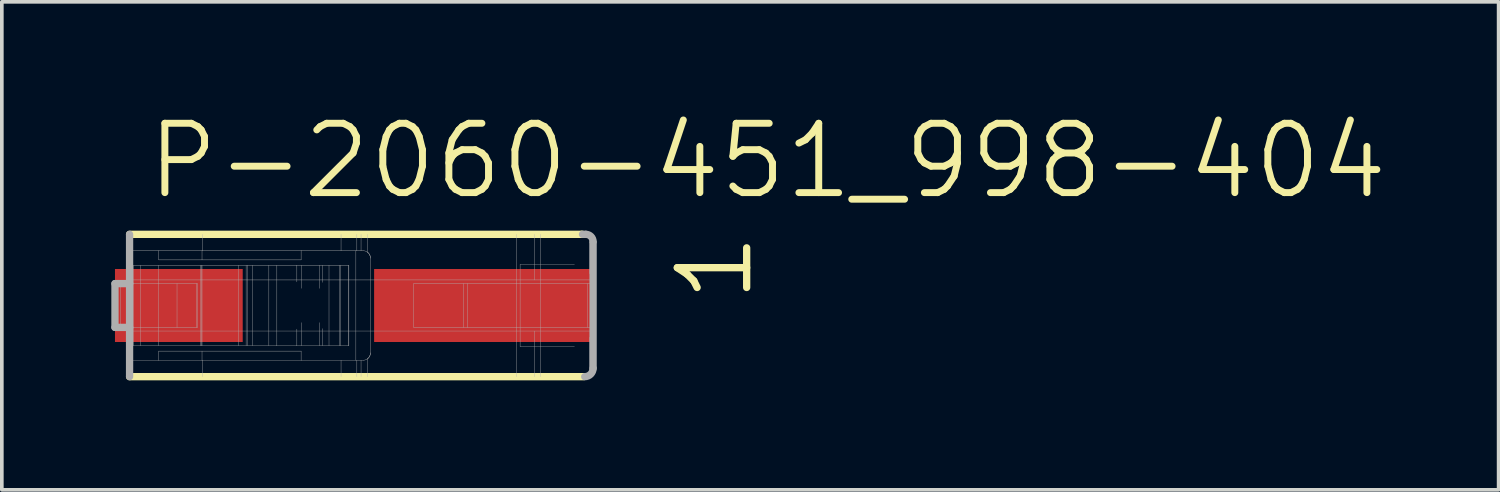
<source format=kicad_pcb>
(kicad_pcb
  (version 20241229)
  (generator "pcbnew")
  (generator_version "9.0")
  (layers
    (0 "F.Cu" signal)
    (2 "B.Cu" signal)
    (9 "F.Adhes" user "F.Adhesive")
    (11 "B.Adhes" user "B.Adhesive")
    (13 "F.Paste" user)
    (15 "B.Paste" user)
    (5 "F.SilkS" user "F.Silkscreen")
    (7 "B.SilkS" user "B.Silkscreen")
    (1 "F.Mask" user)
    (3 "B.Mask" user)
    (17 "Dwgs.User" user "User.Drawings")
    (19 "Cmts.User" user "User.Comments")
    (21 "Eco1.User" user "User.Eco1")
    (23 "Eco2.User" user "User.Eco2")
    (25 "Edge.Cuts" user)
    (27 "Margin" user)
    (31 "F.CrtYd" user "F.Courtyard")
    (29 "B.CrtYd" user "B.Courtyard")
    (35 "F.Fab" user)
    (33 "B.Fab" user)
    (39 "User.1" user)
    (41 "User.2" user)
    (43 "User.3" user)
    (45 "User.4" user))
  (footprint "P-2060-451_998-404"
    (layer "F.Cu")
    (at 6.075 5.32)
    (property "Reference" "P-2060-451_998-404" (at -5.185 -2.85 0) (layer "F.SilkS") (effects (font (size 1.9 1.9) (thickness 0.19)) (justify left bottom)))
    (attr through_hole)
    (fp_line (start -5.575 1.95) (end 6.864 1.95) (stroke (width 0.2) (type solid)) (layer "F.SilkS"))
    (fp_line (start 6.8 -1.95) (end -5.575 -1.95) (stroke (width 0.2) (type solid)) (layer "F.SilkS"))
    (fp_line (start 6.815 -1.95) (end 6.835 -1.95) (stroke (width 0.2) (type solid)) (layer "F.SilkS"))
    (fp_line (start -5.975 0.6) (end -5.975 -0.6) (stroke (width 0.2) (type solid)) (layer "F.Fab"))
    (fp_line (start -5.825 0.6) (end -5.825 -0.6) (stroke (width 0.01) (type solid)) (layer "F.Fab"))
    (fp_line (start -5.575 -1.95) (end -5.575 -0.6) (stroke (width 0.2) (type solid)) (layer "F.Fab"))
    (fp_line (start -5.575 -1.5) (end -4.775 -1.5) (stroke (width 0.01) (type solid)) (layer "F.Fab"))
    (fp_line (start -5.575 -0.7) (end 7.125 -0.7) (stroke (width 0.01) (type solid)) (layer "F.Fab"))
    (fp_line (start -5.575 -0.6) (end -5.975 -0.6) (stroke (width 0.2) (type solid)) (layer "F.Fab"))
    (fp_line (start -5.575 -0.6) (end -5.575 0.6) (stroke (width 0.2) (type solid)) (layer "F.Fab"))
    (fp_line (start -5.575 -0.6) (end -3.714 -0.6) (stroke (width 0.01) (type solid)) (layer "F.Fab"))
    (fp_line (start -5.575 0.6) (end -5.975 0.6) (stroke (width 0.2) (type solid)) (layer "F.Fab"))
    (fp_line (start -5.575 0.6) (end -5.575 1.95) (stroke (width 0.2) (type solid)) (layer "F.Fab"))
    (fp_line (start -5.575 0.6) (end -3.714 0.6) (stroke (width 0.01) (type solid)) (layer "F.Fab"))
    (fp_line (start -5.475 -1.1) (end -5.475 1.1) (stroke (width 0.01) (type solid)) (layer "F.Fab"))
    (fp_line (start -5.275 1.1) (end -5.275 -1.1) (stroke (width 0.01) (type solid)) (layer "F.Fab"))
    (fp_line (start -4.775 -1.5) (end -4.775 -1.25) (stroke (width 0.01) (type solid)) (layer "F.Fab"))
    (fp_line (start -4.775 -1.5) (end -3.59 -1.5) (stroke (width 0.01) (type solid)) (layer "F.Fab"))
    (fp_line (start -4.775 -1.25) (end -0.875 -1.25) (stroke (width 0.01) (type solid)) (layer "F.Fab"))
    (fp_line (start -4.775 -1.1) (end -4.775 1.1) (stroke (width 0.01) (type solid)) (layer "F.Fab"))
    (fp_line (start -4.775 1.5) (end -5.575 1.5) (stroke (width 0.01) (type solid)) (layer "F.Fab"))
    (fp_line (start -4.775 1.5) (end -4.775 1.25) (stroke (width 0.01) (type solid)) (layer "F.Fab"))
    (fp_line (start -4.275 0.6) (end -4.275 -0.6) (stroke (width 0.01) (type solid)) (layer "F.Fab"))
    (fp_line (start -3.747 0.6) (end -3.747 -0.6) (stroke (width 0.01) (type solid)) (layer "F.Fab"))
    (fp_line (start -3.714 0.6) (end -3.714 -0.6) (stroke (width 0.01) (type solid)) (layer "F.Fab"))
    (fp_line (start -3.634 1.1) (end -3.634 -1.1) (stroke (width 0.01) (type solid)) (layer "F.Fab"))
    (fp_line (start -3.599 1.1) (end -3.599 -1.1) (stroke (width 0.01) (type solid)) (layer "F.Fab"))
    (fp_line (start -3.59 -1.5) (end -3.59 -1.25) (stroke (width 0.01) (type solid)) (layer "F.Fab"))
    (fp_line (start -3.59 -1.5) (end -0.875 -1.5) (stroke (width 0.01) (type solid)) (layer "F.Fab"))
    (fp_line (start -3.59 1.1) (end -3.59 -1.1) (stroke (width 0.01) (type solid)) (layer "F.Fab"))
    (fp_line (start -3.59 1.5) (end -4.775 1.5) (stroke (width 0.01) (type solid)) (layer "F.Fab"))
    (fp_line (start -3.59 1.5) (end -3.59 1.25) (stroke (width 0.01) (type solid)) (layer "F.Fab"))
    (fp_line (start -3.575 -1.95) (end -3.575 -1.5) (stroke (width 0.01) (type solid)) (layer "F.Fab"))
    (fp_line (start -3.575 1.5) (end -3.575 1.95) (stroke (width 0.01) (type solid)) (layer "F.Fab"))
    (fp_line (start -2.592 1.1) (end -2.592 -1.1) (stroke (width 0.01) (type solid)) (layer "F.Fab"))
    (fp_line (start -2.382 1.1) (end -2.382 -1.1) (stroke (width 0.01) (type solid)) (layer "F.Fab"))
    (fp_line (start -2.353 1.1) (end -2.353 -1.1) (stroke (width 0.01) (type solid)) (layer "F.Fab"))
    (fp_line (start -2.21 1.1) (end -2.21 -1.1) (stroke (width 0.01) (type solid)) (layer "F.Fab"))
    (fp_line (start -1.759 1.1) (end -1.759 -1.1) (stroke (width 0.01) (type solid)) (layer "F.Fab"))
    (fp_line (start -1.54 1.1) (end -5.475 1.1) (stroke (width 0.01) (type solid)) (layer "F.Fab"))
    (fp_line (start -1.54 1.1) (end -1.54 -1.1) (stroke (width 0.01) (type solid)) (layer "F.Fab"))
    (fp_line (start -0.992 -1.1) (end -5.475 -1.1) (stroke (width 0.01) (type solid)) (layer "F.Fab"))
    (fp_line (start -0.992 -0.647) (end -0.992 -1.1) (stroke (width 0.01) (type solid)) (layer "F.Fab"))
    (fp_line (start -0.992 1.1) (end -1.54 1.1) (stroke (width 0.01) (type solid)) (layer "F.Fab"))
    (fp_line (start -0.992 1.1) (end -0.992 0.647) (stroke (width 0.01) (type solid)) (layer "F.Fab"))
    (fp_line (start -0.875 -1.5) (end -0.875 -1.25) (stroke (width 0.01) (type solid)) (layer "F.Fab"))
    (fp_line (start -0.875 -1.5) (end 0.825 -1.5) (stroke (width 0.01) (type solid)) (layer "F.Fab"))
    (fp_line (start -0.875 1.25) (end -4.775 1.25) (stroke (width 0.01) (type solid)) (layer "F.Fab"))
    (fp_line (start -0.875 1.5) (end -3.59 1.5) (stroke (width 0.01) (type solid)) (layer "F.Fab"))
    (fp_line (start -0.875 1.5) (end -0.875 1.25) (stroke (width 0.01) (type solid)) (layer "F.Fab"))
    (fp_line (start -0.873 -0.47) (end -0.873 -1.1) (stroke (width 0.01) (type solid)) (layer "F.Fab"))
    (fp_line (start -0.873 1.1) (end -0.873 0.47) (stroke (width 0.01) (type solid)) (layer "F.Fab"))
    (fp_line (start -0.374 -0.469) (end -0.374 -1.1) (stroke (width 0.01) (type solid)) (layer "F.Fab"))
    (fp_line (start -0.374 1.1) (end -0.374 0.469) (stroke (width 0.01) (type solid)) (layer "F.Fab"))
    (fp_line (start -0.296 -0.634) (end -0.296 -1.1) (stroke (width 0.01) (type solid)) (layer "F.Fab"))
    (fp_line (start -0.296 1.1) (end -0.296 0.634) (stroke (width 0.01) (type solid)) (layer "F.Fab"))
    (fp_line (start -0.111 1.1) (end -0.111 -1.1) (stroke (width 0.01) (type solid)) (layer "F.Fab"))
    (fp_line (start 0.183 1.1) (end 0.183 -1.1) (stroke (width 0.01) (type solid)) (layer "F.Fab"))
    (fp_line (start 0.212 1.1) (end 0.212 -1.1) (stroke (width 0.01) (type solid)) (layer "F.Fab"))
    (fp_line (start 0.219 -1.95) (end 0.219 -1.5) (stroke (width 0.01) (type solid)) (layer "F.Fab"))
    (fp_line (start 0.219 1.5) (end 0.219 1.95) (stroke (width 0.01) (type solid)) (layer "F.Fab"))
    (fp_line (start 0.423 1.1) (end -0.992 1.1) (stroke (width 0.01) (type solid)) (layer "F.Fab"))
    (fp_line (start 0.423 1.1) (end 0.423 -1.1) (stroke (width 0.01) (type solid)) (layer "F.Fab"))
    (fp_line (start 0.433 -1.1) (end -0.992 -1.1) (stroke (width 0.01) (type solid)) (layer "F.Fab"))
    (fp_line (start 0.433 1.1) (end 0.423 1.1) (stroke (width 0.01) (type solid)) (layer "F.Fab"))
    (fp_line (start 0.433 1.1) (end 0.433 -1.1) (stroke (width 0.01) (type solid)) (layer "F.Fab"))
    (fp_line (start 0.625 -1.5) (end 0.625 1.5) (stroke (width 0.01) (type solid)) (layer "F.Fab"))
    (fp_line (start 0.652 -1.95) (end 0.652 -1.5) (stroke (width 0.01) (type solid)) (layer "F.Fab"))
    (fp_line (start 0.652 1.5) (end 0.652 1.95) (stroke (width 0.01) (type solid)) (layer "F.Fab"))
    (fp_line (start 0.767 -1.95) (end 0.767 -1.5) (stroke (width 0.01) (type solid)) (layer "F.Fab"))
    (fp_line (start 0.767 1.5) (end 0.767 1.95) (stroke (width 0.01) (type solid)) (layer "F.Fab"))
    (fp_line (start 0.825 1.5) (end -0.875 1.5) (stroke (width 0.01) (type solid)) (layer "F.Fab"))
    (fp_line (start 0.941 -1.95) (end 0.941 -1.463) (stroke (width 0.01) (type solid)) (layer "F.Fab"))
    (fp_line (start 0.941 1.463) (end 0.941 1.95) (stroke (width 0.01) (type solid)) (layer "F.Fab"))
    (fp_line (start 1.025 -1.3) (end 1.025 1.3) (stroke (width 0.01) (type solid)) (layer "F.Fab"))
    (fp_line (start 2.208 -0.6) (end 2.208 0.6) (stroke (width 0.01) (type solid)) (layer "F.Fab"))
    (fp_line (start 2.208 0.6) (end 3.574 0.6) (stroke (width 0.01) (type solid)) (layer "F.Fab"))
    (fp_line (start 3.574 0.6) (end 3.574 -0.6) (stroke (width 0.01) (type solid)) (layer "F.Fab"))
    (fp_line (start 3.574 0.6) (end 3.679 0.6) (stroke (width 0.01) (type solid)) (layer "F.Fab"))
    (fp_line (start 3.679 0.6) (end 3.679 -0.6) (stroke (width 0.01) (type solid)) (layer "F.Fab"))
    (fp_line (start 3.679 0.6) (end 6.975 0.6) (stroke (width 0.01) (type solid)) (layer "F.Fab"))
    (fp_line (start 5.025 -1.95) (end 5.025 1.95) (stroke (width 0.01) (type solid)) (layer "F.Fab"))
    (fp_line (start 5.125 1.125) (end 5.125 -1.125) (stroke (width 0.01) (type solid)) (layer "F.Fab"))
    (fp_line (start 5.125 1.125) (end 6.613 1.125) (stroke (width 0.01) (type solid)) (layer "F.Fab"))
    (fp_line (start 5.525 -1.95) (end 5.525 -0.7) (stroke (width 0.01) (type solid)) (layer "F.Fab"))
    (fp_line (start 5.525 0.7) (end 5.525 1.95) (stroke (width 0.01) (type solid)) (layer "F.Fab"))
    (fp_line (start 5.675 -1.95) (end 5.675 1.95) (stroke (width 0.01) (type solid)) (layer "F.Fab"))
    (fp_line (start 6.613 -1.125) (end 5.125 -1.125) (stroke (width 0.01) (type solid)) (layer "F.Fab"))
    (fp_line (start 6.925 -1.95) (end 6.835 -1.95) (stroke (width 0.2) (type solid)) (layer "F.Fab"))
    (fp_line (start 6.975 0.6) (end 6.975 -0.6) (stroke (width 0.01) (type solid)) (layer "F.Fab"))
    (fp_line (start 6.975 0.6) (end 7.125 0.6) (stroke (width 0.01) (type solid)) (layer "F.Fab"))
    (fp_line (start 7.024 -1.745) (end 7.024 -0.87) (stroke (width 0.01) (type solid)) (layer "F.Fab"))
    (fp_line (start 7.024 0.87) (end 7.024 1.789) (stroke (width 0.01) (type solid)) (layer "F.Fab"))
    (fp_line (start 7.125 -1.73) (end 7.125 1.72) (stroke (width 0.2) (type solid)) (layer "F.Fab"))
    (fp_line (start 7.125 -0.6) (end 2.208 -0.6) (stroke (width 0.01) (type solid)) (layer "F.Fab"))
    (fp_line (start 7.125 0.7) (end -5.575 0.7) (stroke (width 0.01) (type solid)) (layer "F.Fab"))
    (fp_arc (start 0.824999 -1.5) (mid 0.885596 -1.490609) (end 0.9405 -1.4633) (stroke (width 0.01) (type solid)) (layer "F.Fab"))
    (fp_arc (start 0.940499 -1.4633) (mid 1.002628 -1.391936) (end 1.025 -1.3) (stroke (width 0.01) (type solid)) (layer "F.Fab"))
    (fp_arc (start 0.940499 -1.4633) (mid 1.002628 -1.391936) (end 1.025 -1.3) (stroke (width 0.01) (type solid)) (layer "F.Fab"))
    (fp_arc (start 0.9405 1.463299) (mid 0.885597 1.490608) (end 0.825 1.5) (stroke (width 0.01) (type solid)) (layer "F.Fab"))
    (fp_arc (start 1.025001 1.3) (mid 1.002629 1.391936) (end 0.9405 1.4633) (stroke (width 0.01) (type solid)) (layer "F.Fab"))
    (fp_arc (start 1.025001 1.3) (mid 1.002629 1.391936) (end 0.9405 1.4633) (stroke (width 0.01) (type solid)) (layer "F.Fab"))
    (fp_arc (start 6.835 -1.95) (mid 6.96935 -1.89435) (end 7.025 -1.76) (stroke (width 0.01) (type solid)) (layer "F.Fab"))
    (fp_arc (start 6.925 -1.95) (mid 7.066421 -1.891421) (end 7.125 -1.75) (stroke (width 0.2) (type solid)) (layer "F.Fab"))
    (fp_arc (start 7.025 1.8) (mid 6.981066 1.906066) (end 6.875 1.95) (stroke (width 0.01) (type solid)) (layer "F.Fab"))
    (fp_arc (start 7.125 1.72) (mid 7.057635 1.882635) (end 6.895 1.95) (stroke (width 0.2) (type solid)) (layer "F.Fab"))
    (fp_text user "1" (at 11.575 0 90) (layer "F.SilkS") (effects (font (size 1.9 1.9) (thickness 0.2)) (justify left bottom)))
    (pad "1" smd rect (at -4.225 0) (size 3.5 2) (layers "F.Cu" "F.Mask" "F.Paste"))
    (pad "1" smd rect (at 4.125 0) (size 6 2) (layers "F.Cu" "F.Mask" "F.Paste")))
  (gr_rect
    (start -3 -3)
    (end 38.009 10.37)
    (stroke (width 0.1) (type default))
    (fill no)
    (layer "Edge.Cuts")))
</source>
